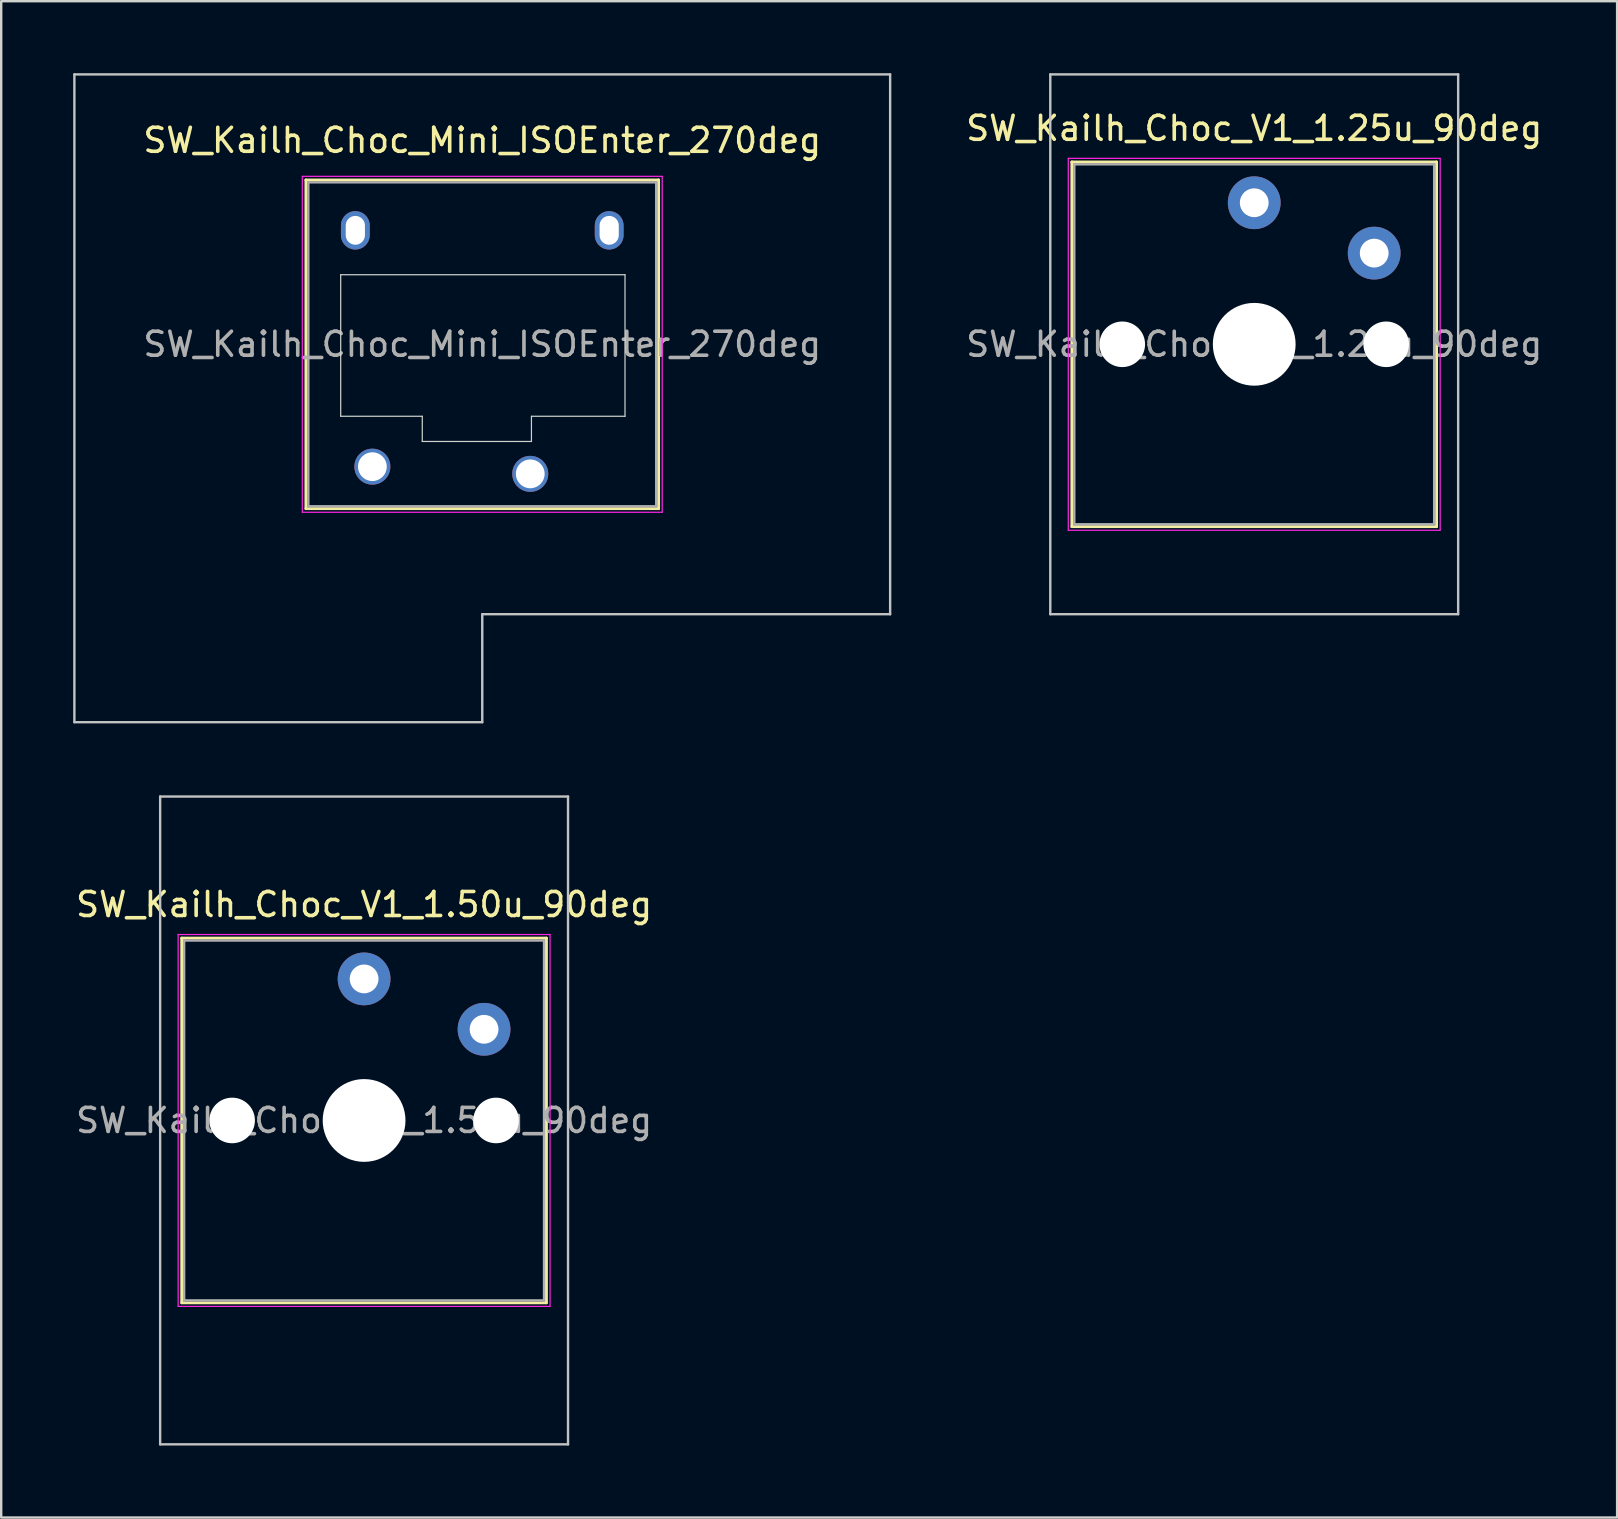
<source format=kicad_pcb>
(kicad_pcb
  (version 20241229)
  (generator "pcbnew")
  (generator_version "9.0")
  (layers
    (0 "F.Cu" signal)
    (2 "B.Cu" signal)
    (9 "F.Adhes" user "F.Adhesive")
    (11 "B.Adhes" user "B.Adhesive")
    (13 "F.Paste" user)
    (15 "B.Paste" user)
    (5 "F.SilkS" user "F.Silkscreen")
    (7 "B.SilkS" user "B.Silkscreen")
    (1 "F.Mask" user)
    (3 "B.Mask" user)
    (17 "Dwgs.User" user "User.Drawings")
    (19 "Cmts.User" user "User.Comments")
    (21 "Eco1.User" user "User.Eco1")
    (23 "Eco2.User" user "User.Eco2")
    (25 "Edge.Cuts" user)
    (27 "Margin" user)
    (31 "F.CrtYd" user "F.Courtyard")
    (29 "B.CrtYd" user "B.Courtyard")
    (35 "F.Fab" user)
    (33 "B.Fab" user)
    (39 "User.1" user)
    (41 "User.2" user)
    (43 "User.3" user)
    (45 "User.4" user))
  (footprint "SW_Kailh_Choc_V1_1.25u_90deg"
    (layer "F.Cu")
    (at 49.225 11.3)
    (property "Reference" "SW_Kailh_Choc_V1_1.25u_90deg" (at 0 -9 0) (layer "F.SilkS") (effects (font (size 1 1) (thickness 0.15))))
    (attr through_hole)
    (fp_line (start -7.6 -7.6) (end -7.6 7.6) (stroke (width 0.12) (type solid)) (layer "F.SilkS"))
    (fp_line (start -7.6 7.6) (end 7.6 7.6) (stroke (width 0.12) (type solid)) (layer "F.SilkS"))
    (fp_line (start 7.6 -7.6) (end -7.6 -7.6) (stroke (width 0.12) (type solid)) (layer "F.SilkS"))
    (fp_line (start 7.6 7.6) (end 7.6 -7.6) (stroke (width 0.12) (type solid)) (layer "F.SilkS"))
    (fp_line (start -8.5 -11.25) (end 8.5 -11.25) (stroke (width 0.1) (type solid)) (layer "Dwgs.User"))
    (fp_line (start -8.5 11.25) (end -8.5 -11.25) (stroke (width 0.1) (type solid)) (layer "Dwgs.User"))
    (fp_line (start 8.5 -11.25) (end 8.5 11.25) (stroke (width 0.1) (type solid)) (layer "Dwgs.User"))
    (fp_line (start 8.5 11.25) (end -8.5 11.25) (stroke (width 0.1) (type solid)) (layer "Dwgs.User"))
    (fp_line (start -7.25 -7.25) (end -7.25 7.25) (stroke (width 0.1) (type solid)) (layer "Eco1.User"))
    (fp_line (start -7.25 7.25) (end 7.25 7.25) (stroke (width 0.1) (type solid)) (layer "Eco1.User"))
    (fp_line (start 7.25 -7.25) (end -7.25 -7.25) (stroke (width 0.1) (type solid)) (layer "Eco1.User"))
    (fp_line (start 7.25 7.25) (end 7.25 -7.25) (stroke (width 0.1) (type solid)) (layer "Eco1.User"))
    (fp_line (start -7.75 -7.75) (end -7.75 7.75) (stroke (width 0.05) (type solid)) (layer "F.CrtYd"))
    (fp_line (start -7.75 7.75) (end 7.75 7.75) (stroke (width 0.05) (type solid)) (layer "F.CrtYd"))
    (fp_line (start 7.75 -7.75) (end -7.75 -7.75) (stroke (width 0.05) (type solid)) (layer "F.CrtYd"))
    (fp_line (start 7.75 7.75) (end 7.75 -7.75) (stroke (width 0.05) (type solid)) (layer "F.CrtYd"))
    (fp_line (start -7.5 -7.5) (end -7.5 7.5) (stroke (width 0.1) (type solid)) (layer "F.Fab"))
    (fp_line (start -7.5 7.5) (end 7.5 7.5) (stroke (width 0.1) (type solid)) (layer "F.Fab"))
    (fp_line (start 7.5 -7.5) (end -7.5 -7.5) (stroke (width 0.1) (type solid)) (layer "F.Fab"))
    (fp_line (start 7.5 7.5) (end 7.5 -7.5) (stroke (width 0.1) (type solid)) (layer "F.Fab"))
    (fp_text user "${REFERENCE}" (at 0 0 0) (layer "F.Fab") (effects (font (size 1 1) (thickness 0.15))))
    (pad "" np_thru_hole circle (at -5.5 0) (size 1.9 1.9) (drill 1.9) (layers "*.Cu" "*.Mask"))
    (pad "" smd circle (at 0 -5.9) (size 1.25 1.25) (layers "F.Mask"))
    (pad "" np_thru_hole circle (at 0 0) (size 3.45 3.45) (drill 3.45) (layers "*.Cu" "*.Mask"))
    (pad "" smd circle (at 5 -3.8) (size 1.25 1.25) (layers "F.Mask"))
    (pad "" np_thru_hole circle (at 5.5 0) (size 1.9 1.9) (drill 1.9) (layers "*.Cu" "*.Mask"))
    (pad "1" thru_hole circle (at 0 -5.9) (size 2.2 2.2) (drill 1.2) (layers "*.Cu" "B.Mask"))
    (pad "2" thru_hole circle (at 5 -3.8) (size 2.2 2.2) (drill 1.2) (layers "*.Cu" "B.Mask")))
  (footprint "SW_Kailh_Choc_V1_1.50u_90deg"
    (layer "F.Cu")
    (at 12.125 43.65)
    (property "Reference" "SW_Kailh_Choc_V1_1.50u_90deg" (at 0 -9 0) (layer "F.SilkS") (effects (font (size 1 1) (thickness 0.15))))
    (attr through_hole)
    (fp_line (start -7.6 -7.6) (end -7.6 7.6) (stroke (width 0.12) (type solid)) (layer "F.SilkS"))
    (fp_line (start -7.6 7.6) (end 7.6 7.6) (stroke (width 0.12) (type solid)) (layer "F.SilkS"))
    (fp_line (start 7.6 -7.6) (end -7.6 -7.6) (stroke (width 0.12) (type solid)) (layer "F.SilkS"))
    (fp_line (start 7.6 7.6) (end 7.6 -7.6) (stroke (width 0.12) (type solid)) (layer "F.SilkS"))
    (fp_line (start -8.5 -13.5) (end 8.5 -13.5) (stroke (width 0.1) (type solid)) (layer "Dwgs.User"))
    (fp_line (start -8.5 13.5) (end -8.5 -13.5) (stroke (width 0.1) (type solid)) (layer "Dwgs.User"))
    (fp_line (start 8.5 -13.5) (end 8.5 13.5) (stroke (width 0.1) (type solid)) (layer "Dwgs.User"))
    (fp_line (start 8.5 13.5) (end -8.5 13.5) (stroke (width 0.1) (type solid)) (layer "Dwgs.User"))
    (fp_line (start -7.25 -7.25) (end -7.25 7.25) (stroke (width 0.1) (type solid)) (layer "Eco1.User"))
    (fp_line (start -7.25 7.25) (end 7.25 7.25) (stroke (width 0.1) (type solid)) (layer "Eco1.User"))
    (fp_line (start 7.25 -7.25) (end -7.25 -7.25) (stroke (width 0.1) (type solid)) (layer "Eco1.User"))
    (fp_line (start 7.25 7.25) (end 7.25 -7.25) (stroke (width 0.1) (type solid)) (layer "Eco1.User"))
    (fp_line (start -7.75 -7.75) (end -7.75 7.75) (stroke (width 0.05) (type solid)) (layer "F.CrtYd"))
    (fp_line (start -7.75 7.75) (end 7.75 7.75) (stroke (width 0.05) (type solid)) (layer "F.CrtYd"))
    (fp_line (start 7.75 -7.75) (end -7.75 -7.75) (stroke (width 0.05) (type solid)) (layer "F.CrtYd"))
    (fp_line (start 7.75 7.75) (end 7.75 -7.75) (stroke (width 0.05) (type solid)) (layer "F.CrtYd"))
    (fp_line (start -7.5 -7.5) (end -7.5 7.5) (stroke (width 0.1) (type solid)) (layer "F.Fab"))
    (fp_line (start -7.5 7.5) (end 7.5 7.5) (stroke (width 0.1) (type solid)) (layer "F.Fab"))
    (fp_line (start 7.5 -7.5) (end -7.5 -7.5) (stroke (width 0.1) (type solid)) (layer "F.Fab"))
    (fp_line (start 7.5 7.5) (end 7.5 -7.5) (stroke (width 0.1) (type solid)) (layer "F.Fab"))
    (fp_text user "${REFERENCE}" (at 0 0 0) (layer "F.Fab") (effects (font (size 1 1) (thickness 0.15))))
    (pad "" np_thru_hole circle (at -5.5 0) (size 1.9 1.9) (drill 1.9) (layers "*.Cu" "*.Mask"))
    (pad "" smd circle (at 0 -5.9) (size 1.25 1.25) (layers "F.Mask"))
    (pad "" np_thru_hole circle (at 0 0) (size 3.45 3.45) (drill 3.45) (layers "*.Cu" "*.Mask"))
    (pad "" smd circle (at 5 -3.8) (size 1.25 1.25) (layers "F.Mask"))
    (pad "" np_thru_hole circle (at 5.5 0) (size 1.9 1.9) (drill 1.9) (layers "*.Cu" "*.Mask"))
    (pad "1" thru_hole circle (at 0 -5.9) (size 2.2 2.2) (drill 1.2) (layers "*.Cu" "B.Mask"))
    (pad "2" thru_hole circle (at 5 -3.8) (size 2.2 2.2) (drill 1.2) (layers "*.Cu" "B.Mask")))
  (footprint "SW_Kailh_Choc_Mini_ISOEnter_270deg"
    (layer "F.Cu")
    (at 17.05 11.3)
    (property "Reference" "SW_Kailh_Choc_Mini_ISOEnter_270deg" (at 0 -8.5 0) (layer "F.SilkS") (effects (font (size 1 1) (thickness 0.15))))
    (attr through_hole)
    (fp_line (start -7.35 -6.85) (end -7.35 6.85) (stroke (width 0.12) (type solid)) (layer "F.SilkS"))
    (fp_line (start -7.35 6.85) (end 7.35 6.85) (stroke (width 0.12) (type solid)) (layer "F.SilkS"))
    (fp_line (start 7.35 -6.85) (end -7.35 -6.85) (stroke (width 0.12) (type solid)) (layer "F.SilkS"))
    (fp_line (start 7.35 6.85) (end 7.35 -6.85) (stroke (width 0.12) (type solid)) (layer "F.SilkS"))
    (fp_line (start -17 -11.25) (end -17 15.75) (stroke (width 0.1) (type solid)) (layer "Dwgs.User"))
    (fp_line (start -17 15.75) (end 0 15.75) (stroke (width 0.1) (type solid)) (layer "Dwgs.User"))
    (fp_line (start 0 11.25) (end 17 11.25) (stroke (width 0.1) (type solid)) (layer "Dwgs.User"))
    (fp_line (start 0 15.75) (end 0 11.25) (stroke (width 0.1) (type solid)) (layer "Dwgs.User"))
    (fp_line (start 17 -11.25) (end -17 -11.25) (stroke (width 0.1) (type solid)) (layer "Dwgs.User"))
    (fp_line (start 17 11.25) (end 17 -11.25) (stroke (width 0.1) (type solid)) (layer "Dwgs.User"))
    (fp_line (start -6.85 -6.35) (end -6.85 6.35) (stroke (width 0.1) (type solid)) (layer "Eco1.User"))
    (fp_line (start -6.85 6.35) (end 6.85 6.35) (stroke (width 0.1) (type solid)) (layer "Eco1.User"))
    (fp_line (start 6.85 -6.35) (end -6.85 -6.35) (stroke (width 0.1) (type solid)) (layer "Eco1.User"))
    (fp_line (start 6.85 6.35) (end 6.85 -6.35) (stroke (width 0.1) (type solid)) (layer "Eco1.User"))
    (fp_line (start -5.9 -2.9) (end -5.9 3) (stroke (width 0.05) (type solid)) (layer "Edge.Cuts"))
    (fp_line (start -5.9 3) (end -2.5 3) (stroke (width 0.05) (type solid)) (layer "Edge.Cuts"))
    (fp_line (start -2.5 3) (end -2.5 4.05) (stroke (width 0.05) (type solid)) (layer "Edge.Cuts"))
    (fp_line (start -2.5 4.05) (end 2.05 4.05) (stroke (width 0.05) (type solid)) (layer "Edge.Cuts"))
    (fp_line (start 2.05 3) (end 5.95 3) (stroke (width 0.05) (type solid)) (layer "Edge.Cuts"))
    (fp_line (start 2.05 4.05) (end 2.05 3) (stroke (width 0.05) (type solid)) (layer "Edge.Cuts"))
    (fp_line (start 5.95 -2.9) (end -5.9 -2.9) (stroke (width 0.05) (type solid)) (layer "Edge.Cuts"))
    (fp_line (start 5.95 3) (end 5.95 -2.9) (stroke (width 0.05) (type solid)) (layer "Edge.Cuts"))
    (fp_line (start -7.5 -7) (end -7.5 7) (stroke (width 0.05) (type solid)) (layer "F.CrtYd"))
    (fp_line (start -7.5 7) (end 7.5 7) (stroke (width 0.05) (type solid)) (layer "F.CrtYd"))
    (fp_line (start 7.5 -7) (end -7.5 -7) (stroke (width 0.05) (type solid)) (layer "F.CrtYd"))
    (fp_line (start 7.5 7) (end 7.5 -7) (stroke (width 0.05) (type solid)) (layer "F.CrtYd"))
    (fp_line (start -7.25 -6.75) (end -7.25 6.75) (stroke (width 0.1) (type solid)) (layer "F.Fab"))
    (fp_line (start -7.25 6.75) (end 7.25 6.75) (stroke (width 0.1) (type solid)) (layer "F.Fab"))
    (fp_line (start 7.25 -6.75) (end -7.25 -6.75) (stroke (width 0.1) (type solid)) (layer "F.Fab"))
    (fp_line (start 7.25 6.75) (end 7.25 -6.75) (stroke (width 0.1) (type solid)) (layer "F.Fab"))
    (fp_text user "${REFERENCE}" (at 0 0 0) (layer "F.Fab") (effects (font (size 1 1) (thickness 0.15))))
    (pad "" np_thru_hole oval (at -5.29 -4.75) (size 1.2 1.6) (drill oval 0.8 1.2) (layers "*.Cu" "*.Mask"))
    (pad "" smd circle (at -4.58 5.1) (size 1.25 1.25) (layers "F.Mask"))
    (pad "" smd circle (at 2 5.4) (size 1.25 1.25) (layers "F.Mask"))
    (pad "" np_thru_hole oval (at 5.29 -4.75) (size 1.2 1.6) (drill oval 0.8 1.2) (layers "*.Cu" "*.Mask"))
    (pad "1" thru_hole circle (at 2 5.4) (size 1.5 1.5) (drill 1.2) (layers "*.Cu" "B.Mask"))
    (pad "2" thru_hole circle (at -4.58 5.1) (size 1.5 1.5) (drill 1.2) (layers "*.Cu" "B.Mask")))
  (gr_rect
    (start -3 -3)
    (end 64.35 60.2)
    (stroke (width 0.1) (type default))
    (fill no)
    (layer "Edge.Cuts")))
</source>
